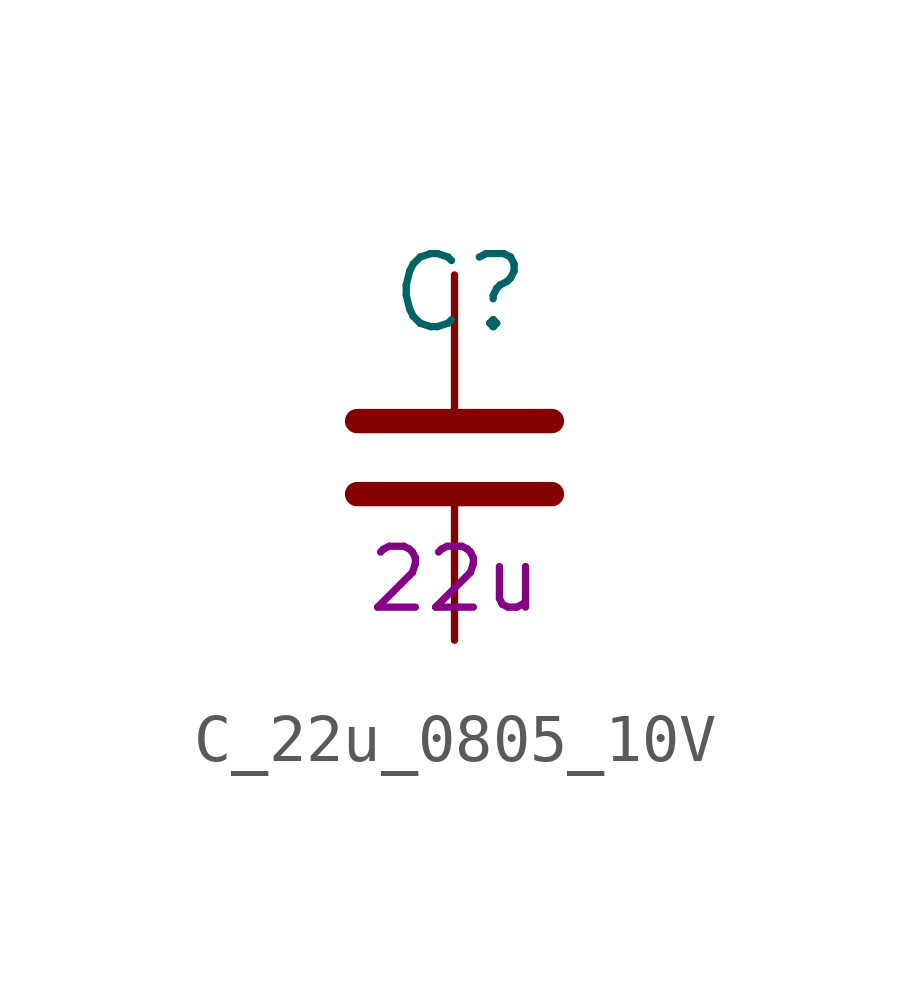
<source format=kicad_sym>
(kicad_symbol_lib
  (version 20211014)
  (generator kicad_symbol_editor)
  (symbol "C_22u_0805_10V"
    (pin_names
      (offset 0))
    (property "Reference" "C"
      (at -1.397 3.429 0)
      (effects (font (size 1.524 1.524)) (justify left)))
    (property "Val" "22u"
      (at 0 -2.54 0)
      (effects (font (size 1.27 1.27))))
    (symbol "C_22u_0805_10V_1_1"
      (polyline (pts (xy -2.032 -0.762) (xy 2.032 -0.762)) (stroke (width 0.508) (type default) (color 0 0 0 0)) (fill (type none)))
      (polyline (pts (xy -2.032 0.762) (xy 2.032 0.762)) (stroke (width 0.508) (type default) (color 0 0 0 0)) (fill (type none)))
      (pin passive line (at 0 3.81 270) (length 2.794) (name "~" (effects (font (size 0 0)))) (number "1" (effects (font (size 0 0)))))
      (pin passive line (at 0 -3.81 90) (length 2.794) (name "~" (effects (font (size 0 0)))) (number "2" (effects (font (size 0 0))))))))
</source>
